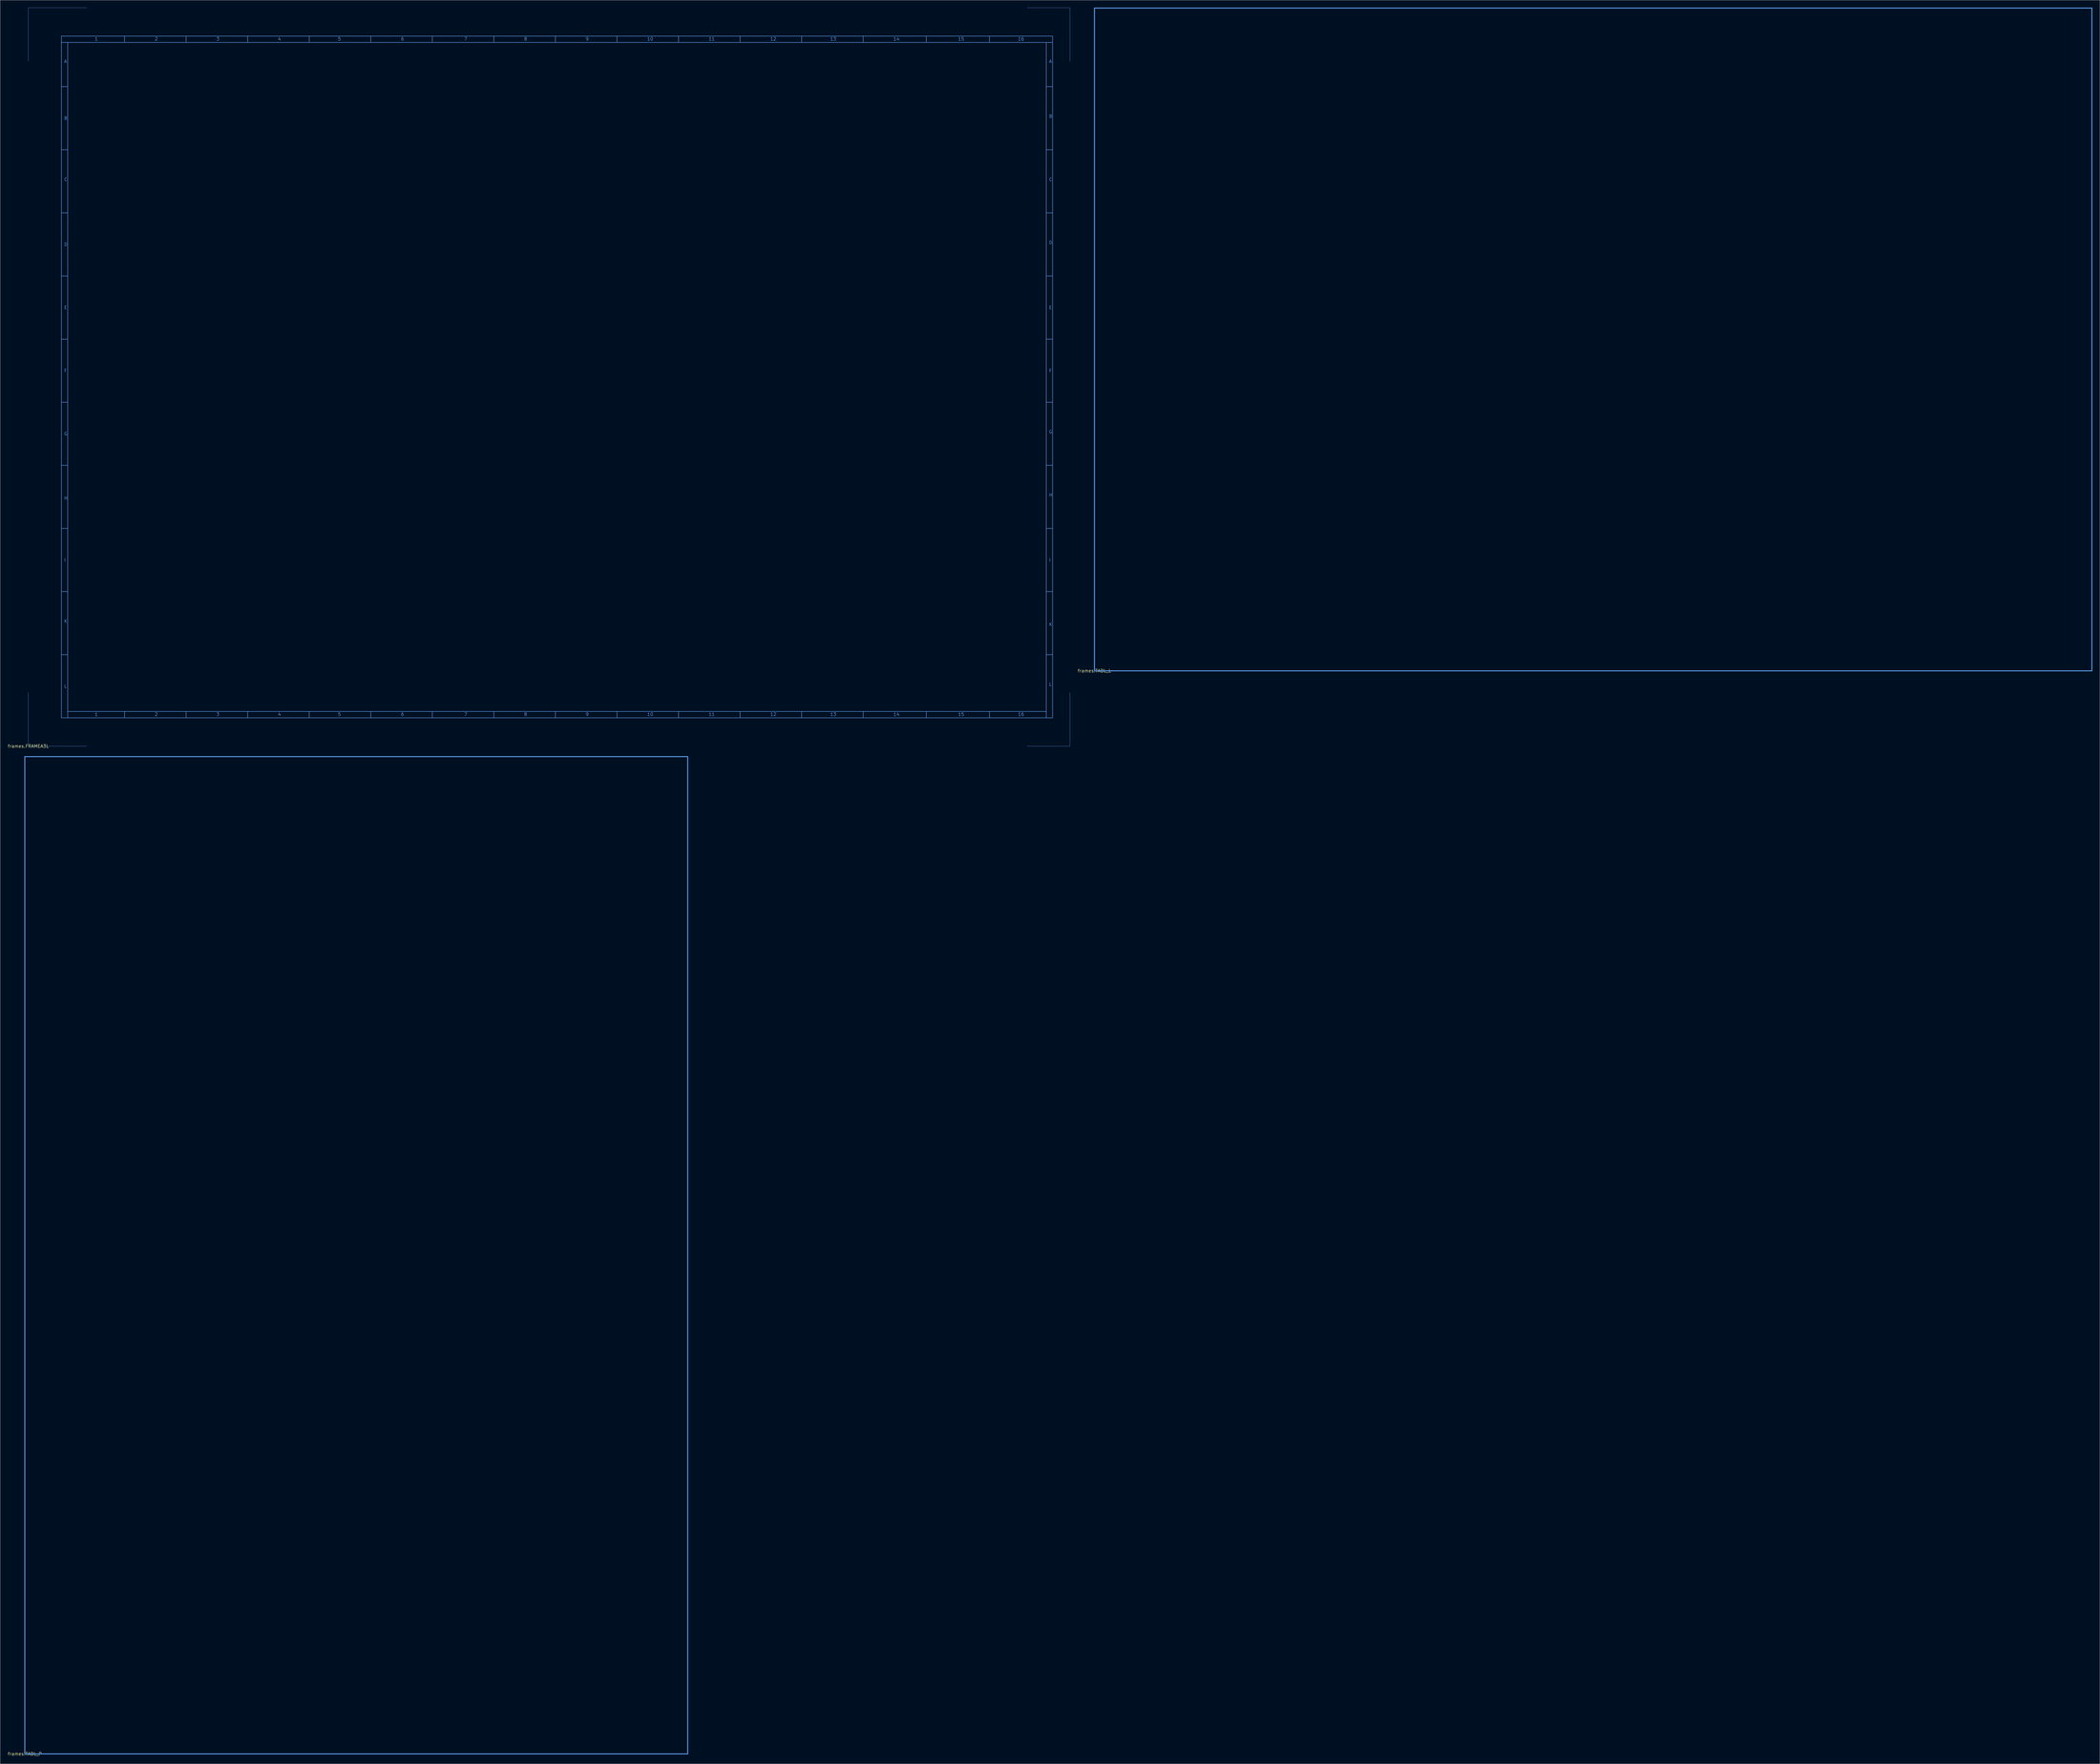
<source format=kicad_pcb>
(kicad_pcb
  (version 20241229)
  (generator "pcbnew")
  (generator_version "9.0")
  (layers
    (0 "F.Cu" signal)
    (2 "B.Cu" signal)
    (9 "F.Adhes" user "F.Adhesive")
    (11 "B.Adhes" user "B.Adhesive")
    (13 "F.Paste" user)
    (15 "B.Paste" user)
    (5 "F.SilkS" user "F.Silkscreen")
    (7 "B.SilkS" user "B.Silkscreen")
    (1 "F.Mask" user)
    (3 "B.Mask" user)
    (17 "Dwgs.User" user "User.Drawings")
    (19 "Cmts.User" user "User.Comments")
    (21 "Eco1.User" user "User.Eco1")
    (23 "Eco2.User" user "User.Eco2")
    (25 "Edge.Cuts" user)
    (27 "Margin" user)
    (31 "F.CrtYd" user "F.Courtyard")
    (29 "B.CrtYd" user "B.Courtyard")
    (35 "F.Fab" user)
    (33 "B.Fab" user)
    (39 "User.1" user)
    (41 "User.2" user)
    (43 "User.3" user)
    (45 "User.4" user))
  (footprint "frames.TABL_P"
    (layer "F.Cu")
    (at 6.932 702.759)
    (property "Reference" "frames.TABL_P" (at 0 0 0) (layer "F.SilkS") (effects (font (size 1.27 1.27) (thickness 0.15))))
    (fp_line (start 0 -401.32) (end 0 0) (stroke (width 0.406) (type default)) (layer "Cmts.User"))
    (fp_line (start 0 0) (end 266.7 0) (stroke (width 0.406) (type default)) (layer "Cmts.User"))
    (fp_line (start 266.7 -401.32) (end 0 -401.32) (stroke (width 0.406) (type default)) (layer "Cmts.User"))
    (fp_line (start 266.7 0) (end 266.7 -401.32) (stroke (width 0.406) (type default)) (layer "Cmts.User")))
  (footprint "frames.FRAMEA3L"
    (layer "F.Cu")
    (at 8.323 297.23)
    (property "Reference" "frames.FRAMEA3L" (at 0 0 0) (layer "F.SilkS") (effects (font (size 1.27 1.27) (thickness 0.15))))
    (fp_line (start 0 -297.18) (end 0 -275.59) (stroke (width 0.1) (type default)) (layer "Cmts.User"))
    (fp_line (start 0 -297.18) (end 23.495 -297.18) (stroke (width 0.1) (type default)) (layer "Cmts.User"))
    (fp_line (start 0 0) (end 0 -21.59) (stroke (width 0.1) (type default)) (layer "Cmts.User"))
    (fp_line (start 0 0) (end 23.495 0) (stroke (width 0.1) (type default)) (layer "Cmts.User"))
    (fp_line (start 13.335 -285.75) (end 13.335 -283.21) (stroke (width 0.203) (type default)) (layer "Cmts.User"))
    (fp_line (start 13.335 -283.21) (end 13.335 -11.43) (stroke (width 0.203) (type default)) (layer "Cmts.User"))
    (fp_line (start 13.335 -265.43) (end 15.875 -265.43) (stroke (width 0.203) (type default)) (layer "Cmts.User"))
    (fp_line (start 13.335 -240.03) (end 15.875 -240.03) (stroke (width 0.203) (type default)) (layer "Cmts.User"))
    (fp_line (start 13.335 -214.63) (end 15.875 -214.63) (stroke (width 0.203) (type default)) (layer "Cmts.User"))
    (fp_line (start 13.335 -189.23) (end 15.875 -189.23) (stroke (width 0.203) (type default)) (layer "Cmts.User"))
    (fp_line (start 13.335 -163.83) (end 15.875 -163.83) (stroke (width 0.203) (type default)) (layer "Cmts.User"))
    (fp_line (start 13.335 -138.43) (end 15.875 -138.43) (stroke (width 0.203) (type default)) (layer "Cmts.User"))
    (fp_line (start 13.335 -113.03) (end 15.875 -113.03) (stroke (width 0.203) (type default)) (layer "Cmts.User"))
    (fp_line (start 13.335 -87.63) (end 15.875 -87.63) (stroke (width 0.203) (type default)) (layer "Cmts.User"))
    (fp_line (start 13.335 -62.23) (end 15.875 -62.23) (stroke (width 0.203) (type default)) (layer "Cmts.User"))
    (fp_line (start 13.335 -36.83) (end 15.875 -36.83) (stroke (width 0.203) (type default)) (layer "Cmts.User"))
    (fp_line (start 13.335 -11.43) (end 15.875 -11.43) (stroke (width 0.203) (type default)) (layer "Cmts.User"))
    (fp_line (start 15.875 -283.21) (end 13.335 -283.21) (stroke (width 0.203) (type default)) (layer "Cmts.User"))
    (fp_line (start 15.875 -283.21) (end 15.875 -13.97) (stroke (width 0.203) (type default)) (layer "Cmts.User"))
    (fp_line (start 15.875 -13.97) (end 409.575 -13.97) (stroke (width 0.203) (type default)) (layer "Cmts.User"))
    (fp_line (start 15.875 -11.43) (end 15.875 -13.97) (stroke (width 0.203) (type default)) (layer "Cmts.User"))
    (fp_line (start 15.875 -11.43) (end 412.115 -11.43) (stroke (width 0.203) (type default)) (layer "Cmts.User"))
    (fp_line (start 38.735 -283.21) (end 38.735 -285.75) (stroke (width 0.203) (type default)) (layer "Cmts.User"))
    (fp_line (start 38.735 -11.43) (end 38.735 -13.97) (stroke (width 0.203) (type default)) (layer "Cmts.User"))
    (fp_line (start 63.5 -283.21) (end 63.5 -285.75) (stroke (width 0.203) (type default)) (layer "Cmts.User"))
    (fp_line (start 63.5 -11.43) (end 63.5 -13.97) (stroke (width 0.203) (type default)) (layer "Cmts.User"))
    (fp_line (start 88.265 -283.21) (end 88.265 -285.75) (stroke (width 0.203) (type default)) (layer "Cmts.User"))
    (fp_line (start 88.265 -11.43) (end 88.265 -13.97) (stroke (width 0.203) (type default)) (layer "Cmts.User"))
    (fp_line (start 113.03 -283.21) (end 113.03 -285.75) (stroke (width 0.203) (type default)) (layer "Cmts.User"))
    (fp_line (start 113.03 -11.43) (end 113.03 -13.97) (stroke (width 0.203) (type default)) (layer "Cmts.User"))
    (fp_line (start 137.795 -283.21) (end 137.795 -285.75) (stroke (width 0.203) (type default)) (layer "Cmts.User"))
    (fp_line (start 137.795 -11.43) (end 137.795 -13.97) (stroke (width 0.203) (type default)) (layer "Cmts.User"))
    (fp_line (start 162.56 -283.21) (end 162.56 -285.75) (stroke (width 0.203) (type default)) (layer "Cmts.User"))
    (fp_line (start 162.56 -11.43) (end 162.56 -13.97) (stroke (width 0.203) (type default)) (layer "Cmts.User"))
    (fp_line (start 187.325 -283.21) (end 187.325 -285.75) (stroke (width 0.203) (type default)) (layer "Cmts.User"))
    (fp_line (start 187.325 -11.43) (end 187.325 -13.97) (stroke (width 0.203) (type default)) (layer "Cmts.User"))
    (fp_line (start 212.09 -283.21) (end 212.09 -285.75) (stroke (width 0.203) (type default)) (layer "Cmts.User"))
    (fp_line (start 212.09 -11.43) (end 212.09 -13.97) (stroke (width 0.203) (type default)) (layer "Cmts.User"))
    (fp_line (start 236.855 -283.21) (end 236.855 -285.75) (stroke (width 0.203) (type default)) (layer "Cmts.User"))
    (fp_line (start 236.855 -11.43) (end 236.855 -13.97) (stroke (width 0.203) (type default)) (layer "Cmts.User"))
    (fp_line (start 261.62 -283.21) (end 261.62 -285.75) (stroke (width 0.203) (type default)) (layer "Cmts.User"))
    (fp_line (start 261.62 -11.43) (end 261.62 -13.97) (stroke (width 0.203) (type default)) (layer "Cmts.User"))
    (fp_line (start 286.385 -283.21) (end 286.385 -285.75) (stroke (width 0.203) (type default)) (layer "Cmts.User"))
    (fp_line (start 286.385 -11.43) (end 286.385 -13.97) (stroke (width 0.203) (type default)) (layer "Cmts.User"))
    (fp_line (start 311.15 -283.21) (end 311.15 -285.75) (stroke (width 0.203) (type default)) (layer "Cmts.User"))
    (fp_line (start 311.15 -11.43) (end 311.15 -13.97) (stroke (width 0.203) (type default)) (layer "Cmts.User"))
    (fp_line (start 335.915 -283.21) (end 335.915 -285.75) (stroke (width 0.203) (type default)) (layer "Cmts.User"))
    (fp_line (start 335.915 -11.43) (end 335.915 -13.97) (stroke (width 0.203) (type default)) (layer "Cmts.User"))
    (fp_line (start 361.315 -283.21) (end 361.315 -285.75) (stroke (width 0.203) (type default)) (layer "Cmts.User"))
    (fp_line (start 361.315 -11.43) (end 361.315 -13.97) (stroke (width 0.203) (type default)) (layer "Cmts.User"))
    (fp_line (start 386.715 -283.21) (end 386.715 -285.75) (stroke (width 0.203) (type default)) (layer "Cmts.User"))
    (fp_line (start 386.715 -11.43) (end 386.715 -13.97) (stroke (width 0.203) (type default)) (layer "Cmts.User"))
    (fp_line (start 409.575 -283.21) (end 15.875 -283.21) (stroke (width 0.203) (type default)) (layer "Cmts.User"))
    (fp_line (start 409.575 -283.21) (end 412.115 -283.21) (stroke (width 0.203) (type default)) (layer "Cmts.User"))
    (fp_line (start 409.575 -265.43) (end 412.115 -265.43) (stroke (width 0.203) (type default)) (layer "Cmts.User"))
    (fp_line (start 409.575 -240.03) (end 412.115 -240.03) (stroke (width 0.203) (type default)) (layer "Cmts.User"))
    (fp_line (start 409.575 -214.63) (end 412.115 -214.63) (stroke (width 0.203) (type default)) (layer "Cmts.User"))
    (fp_line (start 409.575 -189.23) (end 412.115 -189.23) (stroke (width 0.203) (type default)) (layer "Cmts.User"))
    (fp_line (start 409.575 -163.83) (end 412.115 -163.83) (stroke (width 0.203) (type default)) (layer "Cmts.User"))
    (fp_line (start 409.575 -138.43) (end 412.115 -138.43) (stroke (width 0.203) (type default)) (layer "Cmts.User"))
    (fp_line (start 409.575 -113.03) (end 412.115 -113.03) (stroke (width 0.203) (type default)) (layer "Cmts.User"))
    (fp_line (start 409.575 -87.63) (end 412.115 -87.63) (stroke (width 0.203) (type default)) (layer "Cmts.User"))
    (fp_line (start 409.575 -62.23) (end 412.115 -62.23) (stroke (width 0.203) (type default)) (layer "Cmts.User"))
    (fp_line (start 409.575 -36.83) (end 412.115 -36.83) (stroke (width 0.203) (type default)) (layer "Cmts.User"))
    (fp_line (start 409.575 -13.97) (end 409.575 -283.21) (stroke (width 0.203) (type default)) (layer "Cmts.User"))
    (fp_line (start 409.575 -11.43) (end 409.575 -13.97) (stroke (width 0.203) (type default)) (layer "Cmts.User"))
    (fp_line (start 412.115 -285.75) (end 13.335 -285.75) (stroke (width 0.203) (type default)) (layer "Cmts.User"))
    (fp_line (start 412.115 -283.21) (end 412.115 -285.75) (stroke (width 0.203) (type default)) (layer "Cmts.User"))
    (fp_line (start 412.115 -11.43) (end 409.575 -11.43) (stroke (width 0.203) (type default)) (layer "Cmts.User"))
    (fp_line (start 412.115 -11.43) (end 412.115 -283.21) (stroke (width 0.203) (type default)) (layer "Cmts.User"))
    (fp_line (start 419.1 -297.18) (end 401.955 -297.18) (stroke (width 0.1) (type default)) (layer "Cmts.User"))
    (fp_line (start 419.1 -297.18) (end 419.1 -275.59) (stroke (width 0.1) (type default)) (layer "Cmts.User"))
    (fp_line (start 419.1 0) (end 401.955 0) (stroke (width 0.1) (type default)) (layer "Cmts.User"))
    (fp_line (start 419.1 0) (end 419.1 -21.59) (stroke (width 0.1) (type default)) (layer "Cmts.User"))
    (fp_text user "K" (at 14.351 -49.53 0) (layer "Cmts.User") (effects (font (size 1.27 1.27) (thickness 0.16)) (justify left bottom)))
    (fp_text user "5" (at 124.46 -12.065 0) (layer "Cmts.User") (effects (font (size 1.27 1.27) (thickness 0.16)) (justify left bottom)))
    (fp_text user "F" (at 410.591 -150.368 0) (layer "Cmts.User") (effects (font (size 1.27 1.27) (thickness 0.16)) (justify left bottom)))
    (fp_text user "15" (at 374.015 -12.065 0) (layer "Cmts.User") (effects (font (size 1.27 1.27) (thickness 0.16)) (justify left bottom)))
    (fp_text user "11" (at 273.685 -283.845 0) (layer "Cmts.User") (effects (font (size 1.27 1.27) (thickness 0.16)) (justify left bottom)))
    (fp_text user "H" (at 14.351 -99.06 0) (layer "Cmts.User") (effects (font (size 1.27 1.27) (thickness 0.16)) (justify left bottom)))
    (fp_text user "12" (at 298.45 -12.065 0) (layer "Cmts.User") (effects (font (size 1.27 1.27) (thickness 0.16)) (justify left bottom)))
    (fp_text user "5" (at 124.46 -283.845 0) (layer "Cmts.User") (effects (font (size 1.27 1.27) (thickness 0.16)) (justify left bottom)))
    (fp_text user "C" (at 14.351 -227.33 0) (layer "Cmts.User") (effects (font (size 1.27 1.27) (thickness 0.16)) (justify left bottom)))
    (fp_text user "9" (at 224.155 -283.845 0) (layer "Cmts.User") (effects (font (size 1.27 1.27) (thickness 0.16)) (justify left bottom)))
    (fp_text user "E" (at 14.351 -175.768 0) (layer "Cmts.User") (effects (font (size 1.27 1.27) (thickness 0.16)) (justify left bottom)))
    (fp_text user "E" (at 410.591 -175.768 0) (layer "Cmts.User") (effects (font (size 1.27 1.27) (thickness 0.16)) (justify left bottom)))
    (fp_text user "1" (at 26.67 -12.065 0) (layer "Cmts.User") (effects (font (size 1.27 1.27) (thickness 0.16)) (justify left bottom)))
    (fp_text user "16" (at 398.145 -283.845 0) (layer "Cmts.User") (effects (font (size 1.27 1.27) (thickness 0.16)) (justify left bottom)))
    (fp_text user "7" (at 175.26 -283.845 0) (layer "Cmts.User") (effects (font (size 1.27 1.27) (thickness 0.16)) (justify left bottom)))
    (fp_text user "G" (at 410.591 -125.73 0) (layer "Cmts.User") (effects (font (size 1.27 1.27) (thickness 0.16)) (justify left bottom)))
    (fp_text user "L" (at 410.591 -24.13 0) (layer "Cmts.User") (effects (font (size 1.27 1.27) (thickness 0.16)) (justify left bottom)))
    (fp_text user "12" (at 298.45 -283.845 0) (layer "Cmts.User") (effects (font (size 1.27 1.27) (thickness 0.16)) (justify left bottom)))
    (fp_text user "I" (at 410.591 -74.168 0) (layer "Cmts.User") (effects (font (size 1.27 1.27) (thickness 0.16)) (justify left bottom)))
    (fp_text user "G" (at 14.351 -124.968 0) (layer "Cmts.User") (effects (font (size 1.27 1.27) (thickness 0.16)) (justify left bottom)))
    (fp_text user "13" (at 322.58 -283.845 0) (layer "Cmts.User") (effects (font (size 1.27 1.27) (thickness 0.16)) (justify left bottom)))
    (fp_text user "11" (at 273.685 -12.065 0) (layer "Cmts.User") (effects (font (size 1.27 1.27) (thickness 0.16)) (justify left bottom)))
    (fp_text user "14" (at 347.98 -12.065 0) (layer "Cmts.User") (effects (font (size 1.27 1.27) (thickness 0.16)) (justify left bottom)))
    (fp_text user "L" (at 14.351 -23.368 0) (layer "Cmts.User") (effects (font (size 1.27 1.27) (thickness 0.16)) (justify left bottom)))
    (fp_text user "10" (at 248.92 -12.065 0) (layer "Cmts.User") (effects (font (size 1.27 1.27) (thickness 0.16)) (justify left bottom)))
    (fp_text user "2" (at 50.8 -12.065 0) (layer "Cmts.User") (effects (font (size 1.27 1.27) (thickness 0.16)) (justify left bottom)))
    (fp_text user "15" (at 374.015 -283.845 0) (layer "Cmts.User") (effects (font (size 1.27 1.27) (thickness 0.16)) (justify left bottom)))
    (fp_text user "4" (at 100.33 -12.065 0) (layer "Cmts.User") (effects (font (size 1.27 1.27) (thickness 0.16)) (justify left bottom)))
    (fp_text user "2" (at 50.8 -283.845 0) (layer "Cmts.User") (effects (font (size 1.27 1.27) (thickness 0.16)) (justify left bottom)))
    (fp_text user "13" (at 322.58 -12.065 0) (layer "Cmts.User") (effects (font (size 1.27 1.27) (thickness 0.16)) (justify left bottom)))
    (fp_text user "1" (at 26.67 -283.845 0) (layer "Cmts.User") (effects (font (size 1.27 1.27) (thickness 0.16)) (justify left bottom)))
    (fp_text user "B" (at 410.591 -252.73 0) (layer "Cmts.User") (effects (font (size 1.27 1.27) (thickness 0.16)) (justify left bottom)))
    (fp_text user "A" (at 410.591 -274.828 0) (layer "Cmts.User") (effects (font (size 1.27 1.27) (thickness 0.16)) (justify left bottom)))
    (fp_text user "7" (at 175.26 -12.065 0) (layer "Cmts.User") (effects (font (size 1.27 1.27) (thickness 0.16)) (justify left bottom)))
    (fp_text user "B" (at 14.351 -251.968 0) (layer "Cmts.User") (effects (font (size 1.27 1.27) (thickness 0.16)) (justify left bottom)))
    (fp_text user "D" (at 410.591 -201.93 0) (layer "Cmts.User") (effects (font (size 1.27 1.27) (thickness 0.16)) (justify left bottom)))
    (fp_text user "8" (at 199.39 -283.845 0) (layer "Cmts.User") (effects (font (size 1.27 1.27) (thickness 0.16)) (justify left bottom)))
    (fp_text user "4" (at 100.33 -283.845 0) (layer "Cmts.User") (effects (font (size 1.27 1.27) (thickness 0.16)) (justify left bottom)))
    (fp_text user "3" (at 75.565 -283.845 0) (layer "Cmts.User") (effects (font (size 1.27 1.27) (thickness 0.16)) (justify left bottom)))
    (fp_text user "16" (at 398.145 -12.065 0) (layer "Cmts.User") (effects (font (size 1.27 1.27) (thickness 0.16)) (justify left bottom)))
    (fp_text user "10" (at 248.92 -283.845 0) (layer "Cmts.User") (effects (font (size 1.27 1.27) (thickness 0.16)) (justify left bottom)))
    (fp_text user "A" (at 14.351 -274.828 0) (layer "Cmts.User") (effects (font (size 1.27 1.27) (thickness 0.16)) (justify left bottom)))
    (fp_text user "C" (at 410.591 -227.33 0) (layer "Cmts.User") (effects (font (size 1.27 1.27) (thickness 0.16)) (justify left bottom)))
    (fp_text user "6" (at 149.86 -12.065 0) (layer "Cmts.User") (effects (font (size 1.27 1.27) (thickness 0.16)) (justify left bottom)))
    (fp_text user "I" (at 14.351 -74.168 0) (layer "Cmts.User") (effects (font (size 1.27 1.27) (thickness 0.16)) (justify left bottom)))
    (fp_text user "K" (at 410.591 -48.26 0) (layer "Cmts.User") (effects (font (size 1.27 1.27) (thickness 0.16)) (justify left bottom)))
    (fp_text user "6" (at 149.86 -283.845 0) (layer "Cmts.User") (effects (font (size 1.27 1.27) (thickness 0.16)) (justify left bottom)))
    (fp_text user "9" (at 224.155 -12.065 0) (layer "Cmts.User") (effects (font (size 1.27 1.27) (thickness 0.16)) (justify left bottom)))
    (fp_text user "D" (at 14.351 -201.168 0) (layer "Cmts.User") (effects (font (size 1.27 1.27) (thickness 0.16)) (justify left bottom)))
    (fp_text user "8" (at 199.39 -12.065 0) (layer "Cmts.User") (effects (font (size 1.27 1.27) (thickness 0.16)) (justify left bottom)))
    (fp_text user "3" (at 75.565 -12.065 0) (layer "Cmts.User") (effects (font (size 1.27 1.27) (thickness 0.16)) (justify left bottom)))
    (fp_text user "F" (at 14.351 -150.368 0) (layer "Cmts.User") (effects (font (size 1.27 1.27) (thickness 0.16)) (justify left bottom)))
    (fp_text user "14" (at 347.98 -283.845 0) (layer "Cmts.User") (effects (font (size 1.27 1.27) (thickness 0.16)) (justify left bottom)))
    (fp_text user "H" (at 410.591 -100.33 0) (layer "Cmts.User") (effects (font (size 1.27 1.27) (thickness 0.16)) (justify left bottom))))
  (footprint "frames.TABL_L"
    (layer "F.Cu")
    (at 437.284 266.903)
    (property "Reference" "frames.TABL_L" (at 0 0 0) (layer "F.SilkS") (effects (font (size 1.27 1.27) (thickness 0.15))))
    (fp_line (start 0 -266.7) (end 0 0) (stroke (width 0.406) (type default)) (layer "Cmts.User"))
    (fp_line (start 0 0) (end 401.32 0) (stroke (width 0.406) (type default)) (layer "Cmts.User"))
    (fp_line (start 401.32 -266.7) (end 0 -266.7) (stroke (width 0.406) (type default)) (layer "Cmts.User"))
    (fp_line (start 401.32 0) (end 401.32 -266.7) (stroke (width 0.406) (type default)) (layer "Cmts.User")))
  (gr_rect
    (start -3 -3)
    (end 841.807 706.766)
    (stroke (width 0.1) (type default))
    (fill no)
    (layer "Edge.Cuts")))
</source>
